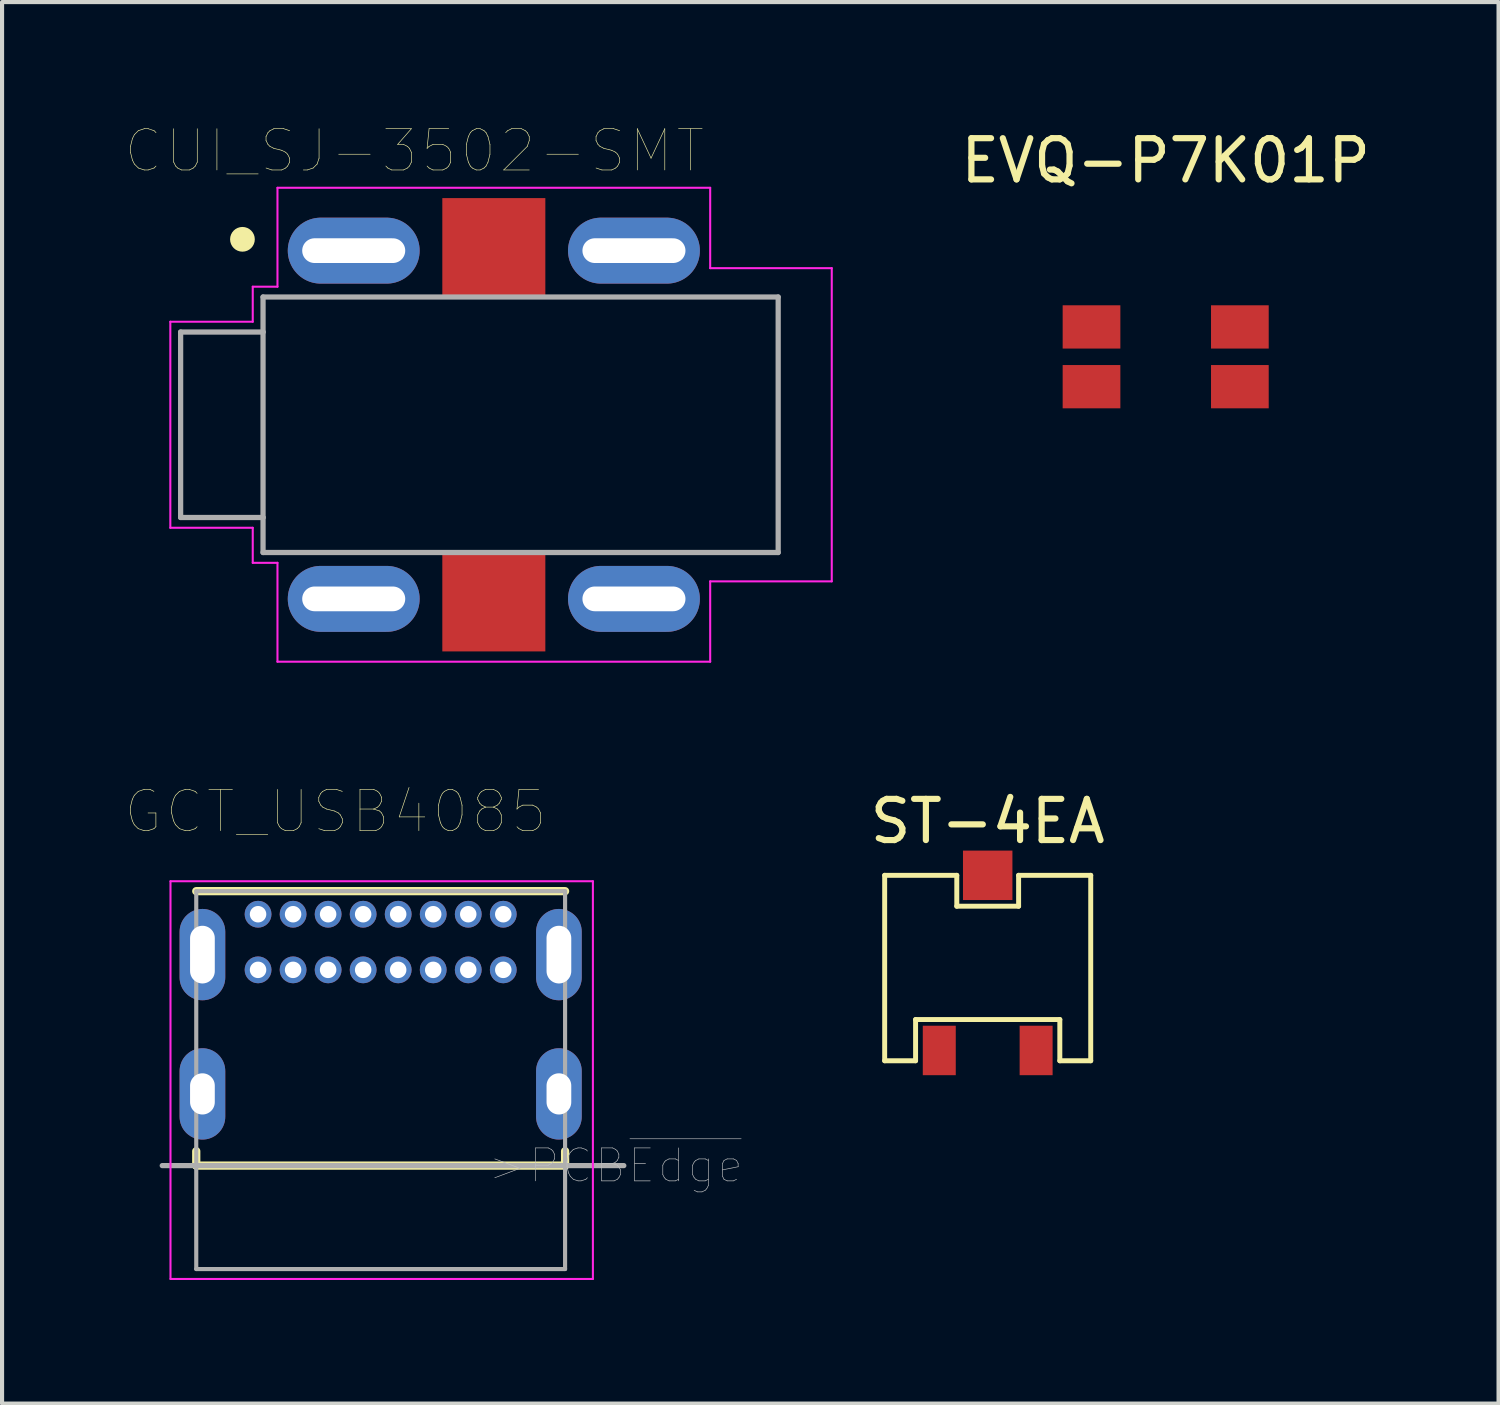
<source format=kicad_pcb>
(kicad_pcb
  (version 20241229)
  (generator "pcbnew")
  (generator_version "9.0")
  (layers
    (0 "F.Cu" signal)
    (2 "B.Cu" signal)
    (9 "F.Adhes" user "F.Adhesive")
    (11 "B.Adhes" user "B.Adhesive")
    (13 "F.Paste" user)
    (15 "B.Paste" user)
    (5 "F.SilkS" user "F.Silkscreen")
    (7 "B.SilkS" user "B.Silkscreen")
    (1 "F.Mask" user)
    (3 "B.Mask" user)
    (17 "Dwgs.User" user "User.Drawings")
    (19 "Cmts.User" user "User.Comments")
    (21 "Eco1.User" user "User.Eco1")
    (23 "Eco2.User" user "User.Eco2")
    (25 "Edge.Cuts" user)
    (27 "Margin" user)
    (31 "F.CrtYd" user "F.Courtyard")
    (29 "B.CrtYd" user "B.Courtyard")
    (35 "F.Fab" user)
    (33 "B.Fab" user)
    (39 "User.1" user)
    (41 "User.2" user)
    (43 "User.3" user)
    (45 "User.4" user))
  (footprint "CUI_SJ-3502-SMT"
    (layer "F.Cu")
    (at 9.683 7.257)
    (property "Reference" "CUI_SJ-3502-SMT" (at -2.679 -6.645 0) (layer "F.SilkS") (effects (font (size 1.001 1.001) (thickness 0.015))))
    (attr through_hole)
    (fp_circle (center -6.85 -4.5) (end -6.7 -4.5) (stroke (width 0.3) (type solid)) (fill no) (layer "F.SilkS"))
    (fp_line (start -6.35 -3.07) (end -6.35 -4.225) (stroke (width 0.0001) (type solid)) (layer "Eco1.User"))
    (fp_line (start -6.35 -3.07) (end 6.65 -3.07) (stroke (width 0.0001) (type solid)) (layer "Eco1.User"))
    (fp_line (start -6.35 3.07) (end -6.35 4.225) (stroke (width 0.0001) (type solid)) (layer "Eco1.User"))
    (fp_line (start -6.35 3.07) (end 6.65 3.07) (stroke (width 0.0001) (type solid)) (layer "Eco1.User"))
    (fp_line (start 6.65 -2) (end 6.65 2) (stroke (width 0.0001) (type solid)) (layer "Eco1.User"))
    (fp_arc (start 6.65 -3.07) (mid 7.185 -2.535) (end 6.65 -2) (stroke (width 0.0001) (type solid)) (layer "Eco1.User"))
    (fp_arc (start 6.65 2) (mid 7.185 2.535) (end 6.65 3.07) (stroke (width 0.0001) (type solid)) (layer "Eco1.User"))
    (fp_line (start -8.6 -2.5) (end -6.6 -2.5) (stroke (width 0.05) (type solid)) (layer "F.CrtYd"))
    (fp_line (start -8.6 2.5) (end -8.6 -2.5) (stroke (width 0.05) (type solid)) (layer "F.CrtYd"))
    (fp_line (start -6.6 -3.35) (end -6 -3.35) (stroke (width 0.05) (type solid)) (layer "F.CrtYd"))
    (fp_line (start -6.6 -2.5) (end -6.6 -3.35) (stroke (width 0.05) (type solid)) (layer "F.CrtYd"))
    (fp_line (start -6.6 2.5) (end -8.6 2.5) (stroke (width 0.05) (type solid)) (layer "F.CrtYd"))
    (fp_line (start -6.6 3.35) (end -6.6 2.5) (stroke (width 0.05) (type solid)) (layer "F.CrtYd"))
    (fp_line (start -6 -5.75) (end 4.5 -5.75) (stroke (width 0.05) (type solid)) (layer "F.CrtYd"))
    (fp_line (start -6 -3.35) (end -6 -5.75) (stroke (width 0.05) (type solid)) (layer "F.CrtYd"))
    (fp_line (start -6 3.35) (end -6.6 3.35) (stroke (width 0.05) (type solid)) (layer "F.CrtYd"))
    (fp_line (start -6 5.75) (end -6 3.35) (stroke (width 0.05) (type solid)) (layer "F.CrtYd"))
    (fp_line (start 4.5 -5.75) (end 4.5 -3.8) (stroke (width 0.05) (type solid)) (layer "F.CrtYd"))
    (fp_line (start 4.5 -3.8) (end 7.45 -3.8) (stroke (width 0.05) (type solid)) (layer "F.CrtYd"))
    (fp_line (start 4.5 3.8) (end 4.5 5.75) (stroke (width 0.05) (type solid)) (layer "F.CrtYd"))
    (fp_line (start 4.5 5.75) (end -6 5.75) (stroke (width 0.05) (type solid)) (layer "F.CrtYd"))
    (fp_line (start 7.45 -3.8) (end 7.45 3.8) (stroke (width 0.05) (type solid)) (layer "F.CrtYd"))
    (fp_line (start 7.45 3.8) (end 4.5 3.8) (stroke (width 0.05) (type solid)) (layer "F.CrtYd"))
    (fp_line (start -8.35 -2.25) (end -8.35 2.25) (stroke (width 0.127) (type solid)) (layer "F.Fab"))
    (fp_line (start -8.35 2.25) (end -6.35 2.25) (stroke (width 0.127) (type solid)) (layer "F.Fab"))
    (fp_line (start -6.35 -3.1) (end -6.35 -2.25) (stroke (width 0.127) (type solid)) (layer "F.Fab"))
    (fp_line (start -6.35 -3.1) (end 6.15 -3.1) (stroke (width 0.127) (type solid)) (layer "F.Fab"))
    (fp_line (start -6.35 -2.25) (end -8.35 -2.25) (stroke (width 0.127) (type solid)) (layer "F.Fab"))
    (fp_line (start -6.35 -2.25) (end -6.35 2.25) (stroke (width 0.127) (type solid)) (layer "F.Fab"))
    (fp_line (start -6.35 2.25) (end -6.35 3.1) (stroke (width 0.127) (type solid)) (layer "F.Fab"))
    (fp_line (start 6.15 -3.1) (end 6.15 3.1) (stroke (width 0.127) (type solid)) (layer "F.Fab"))
    (fp_line (start 6.15 3.1) (end -6.35 3.1) (stroke (width 0.127) (type solid)) (layer "F.Fab"))
    (pad "1_1" thru_hole oval (at 2.65 -4.225) (size 3.2 1.6) (drill oval 2.5 0.6) (layers "*.Cu" "*.Mask"))
    (pad "1_2" thru_hole oval (at 2.65 4.225) (size 3.2 1.6) (drill oval 2.5 0.6) (layers "*.Cu" "*.Mask"))
    (pad "1_3" thru_hole oval (at -4.15 -4.225) (size 3.2 1.6) (drill oval 2.5 0.6) (layers "*.Cu" "*.Mask"))
    (pad "1_4" thru_hole oval (at -4.15 4.225) (size 3.2 1.6) (drill oval 2.5 0.6) (layers "*.Cu" "*.Mask"))
    (pad "2" smd rect (at -0.75 -4.285) (size 2.5 2.43) (layers "F.Cu" "F.Mask" "F.Paste"))
    (pad "3" smd rect (at -0.75 4.285) (size 2.5 2.43) (layers "F.Cu" "F.Mask" "F.Paste")))
  (footprint "EVQ-P7K01P"
    (layer "F.Cu")
    (at 25.236 4.158)
    (property "Reference" "EVQ-P7K01P" (at 0 -3.31 0) (layer "F.SilkS") (effects (font (size 1 1) (thickness 0.15))))
    (attr through_hole)
    (pad "1" smd rect (at -1.8 0.725) (size 1.4 1.05) (layers "F.Cu" "F.Mask" "F.Paste"))
    (pad "1" smd rect (at 1.8 0.725) (size 1.4 1.05) (layers "F.Cu" "F.Mask" "F.Paste"))
    (pad "2" smd rect (at -1.8 2.175) (size 1.4 1.05) (layers "F.Cu" "F.Mask" "F.Paste"))
    (pad "2" smd rect (at 1.8 2.175) (size 1.4 1.05) (layers "F.Cu" "F.Mask" "F.Paste")))
  (footprint "GCT_USB4085"
    (layer "F.Cu")
    (at 6.187 23.159)
    (property "Reference" "GCT_USB4085" (at -1.097 -6.515 0) (layer "F.SilkS") (effects (font (size 1 1) (thickness 0.015))))
    (attr through_hole)
    (fp_line (start -4.475 -4.585) (end 4.475 -4.585) (stroke (width 0.2) (type solid)) (layer "F.SilkS"))
    (fp_line (start -4.475 1.725) (end -4.475 2.075) (stroke (width 0.2) (type solid)) (layer "F.SilkS"))
    (fp_line (start -4.475 2.075) (end 4.475 2.075) (stroke (width 0.2) (type solid)) (layer "F.SilkS"))
    (fp_line (start 4.475 2.075) (end 4.475 1.725) (stroke (width 0.2) (type solid)) (layer "F.SilkS"))
    (fp_line (start -5.1 -4.825) (end 5.15 -4.825) (stroke (width 0.05) (type solid)) (layer "F.CrtYd"))
    (fp_line (start -5.1 4.825) (end -5.1 -4.825) (stroke (width 0.05) (type solid)) (layer "F.CrtYd"))
    (fp_line (start 5.15 -4.825) (end 5.15 4.825) (stroke (width 0.05) (type solid)) (layer "F.CrtYd"))
    (fp_line (start 5.15 4.825) (end -5.1 4.825) (stroke (width 0.05) (type solid)) (layer "F.CrtYd"))
    (fp_line (start -5.3 2.075) (end 5.9 2.075) (stroke (width 0.127) (type solid)) (layer "F.Fab"))
    (fp_line (start -4.475 -4.585) (end 4.475 -4.585) (stroke (width 0.1) (type solid)) (layer "F.Fab"))
    (fp_line (start -4.475 4.585) (end -4.475 -4.585) (stroke (width 0.1) (type solid)) (layer "F.Fab"))
    (fp_line (start 4.475 -4.585) (end 4.475 4.585) (stroke (width 0.1) (type solid)) (layer "F.Fab"))
    (fp_line (start 4.475 4.585) (end -4.475 4.585) (stroke (width 0.1) (type solid)) (layer "F.Fab"))
    (fp_text user ">PCB~{Edge}" (at 5.703 2.076 0) (layer "Dwgs.User") (effects (font (size 0.8 0.8) (thickness 0.015))))
    (pad "A1" thru_hole circle (at -2.975 -4.025) (size 0.65 0.65) (drill 0.4) (layers "*.Cu" "*.Mask"))
    (pad "A4" thru_hole circle (at -2.125 -4.025) (size 0.65 0.65) (drill 0.4) (layers "*.Cu" "*.Mask"))
    (pad "A5" thru_hole circle (at -1.275 -4.025) (size 0.65 0.65) (drill 0.4) (layers "*.Cu" "*.Mask"))
    (pad "A6" thru_hole circle (at -0.425 -4.025) (size 0.65 0.65) (drill 0.4) (layers "*.Cu" "*.Mask"))
    (pad "A7" thru_hole circle (at 0.425 -4.025) (size 0.65 0.65) (drill 0.4) (layers "*.Cu" "*.Mask"))
    (pad "A8" thru_hole circle (at 1.275 -4.025) (size 0.65 0.65) (drill 0.4) (layers "*.Cu" "*.Mask"))
    (pad "A9" thru_hole circle (at 2.125 -4.025) (size 0.65 0.65) (drill 0.4) (layers "*.Cu" "*.Mask"))
    (pad "A12" thru_hole circle (at 2.975 -4.025) (size 0.65 0.65) (drill 0.4) (layers "*.Cu" "*.Mask"))
    (pad "B1" thru_hole circle (at 2.975 -2.675) (size 0.65 0.65) (drill 0.4) (layers "*.Cu" "*.Mask"))
    (pad "B4" thru_hole circle (at 2.125 -2.675) (size 0.65 0.65) (drill 0.4) (layers "*.Cu" "*.Mask"))
    (pad "B5" thru_hole circle (at 1.275 -2.675) (size 0.65 0.65) (drill 0.4) (layers "*.Cu" "*.Mask"))
    (pad "B6" thru_hole circle (at 0.425 -2.675) (size 0.65 0.65) (drill 0.4) (layers "*.Cu" "*.Mask"))
    (pad "B7" thru_hole circle (at -0.425 -2.675) (size 0.65 0.65) (drill 0.4) (layers "*.Cu" "*.Mask"))
    (pad "B8" thru_hole circle (at -1.275 -2.675) (size 0.65 0.65) (drill 0.4) (layers "*.Cu" "*.Mask"))
    (pad "B9" thru_hole circle (at -2.125 -2.675) (size 0.65 0.65) (drill 0.4) (layers "*.Cu" "*.Mask"))
    (pad "B12" thru_hole circle (at -2.975 -2.675) (size 0.65 0.65) (drill 0.4) (layers "*.Cu" "*.Mask"))
    (pad "S1" thru_hole oval (at -4.325 -3.045) (size 1.108 2.216) (drill oval 0.6 1.4) (layers "*.Cu" "*.Mask"))
    (pad "S1" thru_hole oval (at -4.325 0.335) (size 1.108 2.216) (drill oval 0.6 1) (layers "*.Cu" "*.Mask"))
    (pad "S1" thru_hole oval (at 4.325 -3.045) (size 1.108 2.216) (drill oval 0.6 1.4) (layers "*.Cu" "*.Mask"))
    (pad "S1" thru_hole oval (at 4.325 0.335) (size 1.108 2.216) (drill oval 0.6 1) (layers "*.Cu" "*.Mask")))
  (footprint "ST-4EA"
    (layer "F.Cu")
    (at 20.917 20.19)
    (property "Reference" "ST-4EA" (at 0 -3.31 0) (layer "F.SilkS") (effects (font (size 1 1) (thickness 0.15))))
    (attr through_hole)
    (fp_line (start -2.5 -2) (end -0.75 -2) (stroke (width 0.12) (type solid)) (layer "F.SilkS"))
    (fp_line (start -2.5 2.5) (end -2.5 -2) (stroke (width 0.12) (type solid)) (layer "F.SilkS"))
    (fp_line (start -1.75 1.5) (end -1.75 2.5) (stroke (width 0.12) (type solid)) (layer "F.SilkS"))
    (fp_line (start -1.75 2.5) (end -2.5 2.5) (stroke (width 0.12) (type solid)) (layer "F.SilkS"))
    (fp_line (start -0.75 -2) (end -0.75 -1.25) (stroke (width 0.12) (type solid)) (layer "F.SilkS"))
    (fp_line (start -0.75 -1.25) (end 0.75 -1.25) (stroke (width 0.12) (type solid)) (layer "F.SilkS"))
    (fp_line (start 0.75 -2) (end 2.5 -2) (stroke (width 0.12) (type solid)) (layer "F.SilkS"))
    (fp_line (start 0.75 -1.25) (end 0.75 -2) (stroke (width 0.12) (type solid)) (layer "F.SilkS"))
    (fp_line (start 1.75 1.5) (end -1.75 1.5) (stroke (width 0.12) (type solid)) (layer "F.SilkS"))
    (fp_line (start 1.75 2.5) (end 1.75 1.5) (stroke (width 0.12) (type solid)) (layer "F.SilkS"))
    (fp_line (start 2.5 -2) (end 2.5 2.5) (stroke (width 0.12) (type solid)) (layer "F.SilkS"))
    (fp_line (start 2.5 2.5) (end 1.75 2.5) (stroke (width 0.12) (type solid)) (layer "F.SilkS"))
    (pad "1" smd rect (at 1.175 2.25) (size 0.8 1.2) (layers "F.Cu" "F.Mask" "F.Paste"))
    (pad "2" smd rect (at 0 -2) (size 1.2 1.2) (layers "F.Cu" "F.Mask" "F.Paste"))
    (pad "3" smd rect (at -1.175 2.25) (size 0.8 1.2) (layers "F.Cu" "F.Mask" "F.Paste")))
  (gr_rect
    (start -3 -3)
    (end 33.313 31.009)
    (stroke (width 0.1) (type default))
    (fill no)
    (layer "Edge.Cuts")))
</source>
